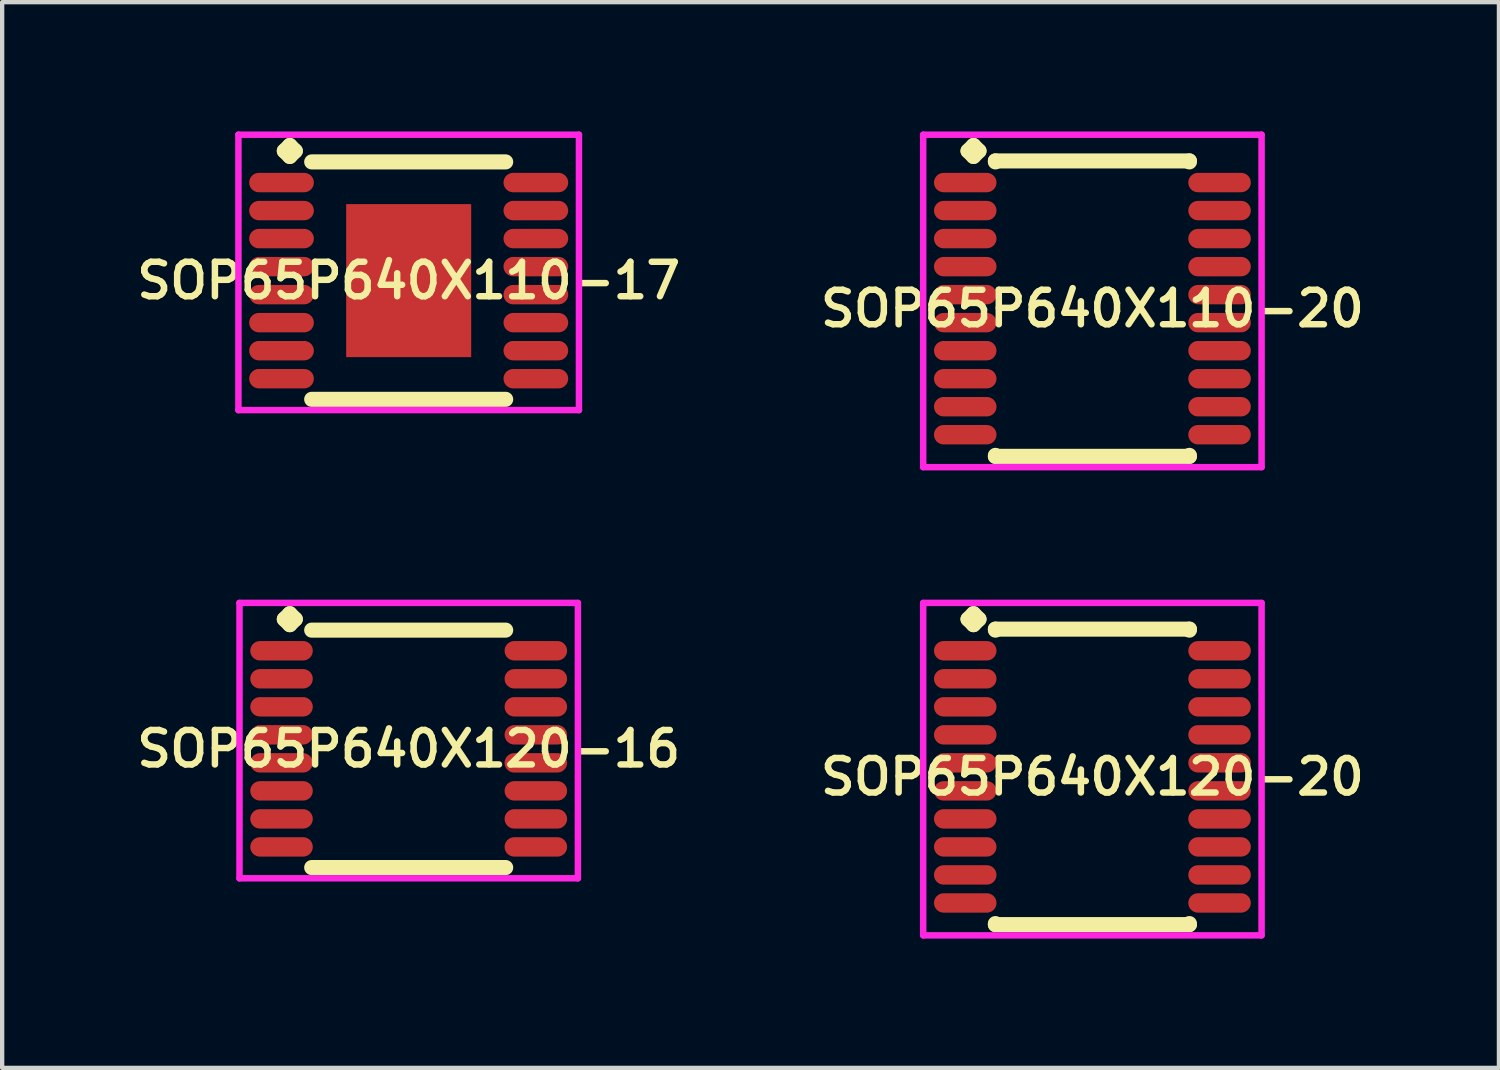
<source format=kicad_pcb>
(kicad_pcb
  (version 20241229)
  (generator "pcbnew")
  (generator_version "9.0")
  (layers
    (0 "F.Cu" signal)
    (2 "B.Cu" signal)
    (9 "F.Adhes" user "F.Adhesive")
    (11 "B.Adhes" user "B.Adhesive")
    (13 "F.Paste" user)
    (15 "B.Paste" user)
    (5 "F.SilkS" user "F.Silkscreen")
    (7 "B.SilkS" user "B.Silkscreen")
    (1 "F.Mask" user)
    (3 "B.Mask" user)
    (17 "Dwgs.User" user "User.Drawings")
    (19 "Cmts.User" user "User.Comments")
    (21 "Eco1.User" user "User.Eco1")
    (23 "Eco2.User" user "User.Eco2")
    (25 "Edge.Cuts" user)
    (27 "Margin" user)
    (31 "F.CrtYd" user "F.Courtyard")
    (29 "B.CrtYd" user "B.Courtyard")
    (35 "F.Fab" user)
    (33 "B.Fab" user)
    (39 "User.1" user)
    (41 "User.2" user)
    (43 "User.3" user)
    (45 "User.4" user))
  (footprint "SOP65P640X120-20"
    (layer "F.Cu")
    (at 22.292 14.972)
    (property "Reference" "SOP65P640X120-20" (at 0 0 0) (layer "F.SilkS") (effects (font (size 0.8 0.8) (thickness 0.15))))
    (attr smd)
    (fp_line (start -2.885 -3.658) (end -2.758 -3.785) (stroke (width 0.35) (type solid)) (layer "F.SilkS"))
    (fp_line (start -2.758 -3.785) (end -2.631 -3.658) (stroke (width 0.35) (type solid)) (layer "F.SilkS"))
    (fp_line (start -2.758 -3.531) (end -2.885 -3.658) (stroke (width 0.35) (type solid)) (layer "F.SilkS"))
    (fp_line (start -2.631 -3.658) (end -2.758 -3.531) (stroke (width 0.35) (type solid)) (layer "F.SilkS"))
    (fp_line (start -2.25 -3.427) (end 2.25 -3.427) (stroke (width 0.35) (type solid)) (layer "F.SilkS"))
    (fp_line (start -2.25 -3.404) (end -2.25 -3.427) (stroke (width 0.35) (type solid)) (layer "F.SilkS"))
    (fp_line (start -2.25 3.404) (end -2.25 3.427) (stroke (width 0.35) (type solid)) (layer "F.SilkS"))
    (fp_line (start -2.25 3.427) (end 2.25 3.427) (stroke (width 0.35) (type solid)) (layer "F.SilkS"))
    (fp_line (start 2.25 -3.427) (end 2.25 -3.404) (stroke (width 0.35) (type solid)) (layer "F.SilkS"))
    (fp_line (start 2.25 3.427) (end 2.25 3.404) (stroke (width 0.35) (type solid)) (layer "F.SilkS"))
    (fp_line (start -3.925 -4.035) (end 3.925 -4.035) (stroke (width 0.15) (type solid)) (layer "F.CrtYd"))
    (fp_line (start -3.925 3.677) (end -3.925 -4.035) (stroke (width 0.15) (type solid)) (layer "F.CrtYd"))
    (fp_line (start 3.925 -4.035) (end 3.925 3.677) (stroke (width 0.15) (type solid)) (layer "F.CrtYd"))
    (fp_line (start 3.925 3.677) (end -3.925 3.677) (stroke (width 0.15) (type solid)) (layer "F.CrtYd"))
    (pad "1" smd oval (at -2.95 -2.925) (size 1.45 0.45) (layers "F.Cu" "F.Mask" "F.Paste"))
    (pad "2" smd oval (at -2.95 -2.275) (size 1.45 0.45) (layers "F.Cu" "F.Mask" "F.Paste"))
    (pad "3" smd oval (at -2.95 -1.625) (size 1.45 0.45) (layers "F.Cu" "F.Mask" "F.Paste"))
    (pad "4" smd oval (at -2.95 -0.975) (size 1.45 0.45) (layers "F.Cu" "F.Mask" "F.Paste"))
    (pad "5" smd oval (at -2.95 -0.325) (size 1.45 0.45) (layers "F.Cu" "F.Mask" "F.Paste"))
    (pad "6" smd oval (at -2.95 0.325) (size 1.45 0.45) (layers "F.Cu" "F.Mask" "F.Paste"))
    (pad "7" smd oval (at -2.95 0.975) (size 1.45 0.45) (layers "F.Cu" "F.Mask" "F.Paste"))
    (pad "8" smd oval (at -2.95 1.625) (size 1.45 0.45) (layers "F.Cu" "F.Mask" "F.Paste"))
    (pad "9" smd oval (at -2.95 2.275) (size 1.45 0.45) (layers "F.Cu" "F.Mask" "F.Paste"))
    (pad "10" smd oval (at -2.95 2.925) (size 1.45 0.45) (layers "F.Cu" "F.Mask" "F.Paste"))
    (pad "11" smd oval (at 2.95 2.925) (size 1.45 0.45) (layers "F.Cu" "F.Mask" "F.Paste"))
    (pad "12" smd oval (at 2.95 2.275) (size 1.45 0.45) (layers "F.Cu" "F.Mask" "F.Paste"))
    (pad "13" smd oval (at 2.95 1.625) (size 1.45 0.45) (layers "F.Cu" "F.Mask" "F.Paste"))
    (pad "14" smd oval (at 2.95 0.975) (size 1.45 0.45) (layers "F.Cu" "F.Mask" "F.Paste"))
    (pad "15" smd oval (at 2.95 0.325) (size 1.45 0.45) (layers "F.Cu" "F.Mask" "F.Paste"))
    (pad "16" smd oval (at 2.95 -0.325) (size 1.45 0.45) (layers "F.Cu" "F.Mask" "F.Paste"))
    (pad "17" smd oval (at 2.95 -0.975) (size 1.45 0.45) (layers "F.Cu" "F.Mask" "F.Paste"))
    (pad "18" smd oval (at 2.95 -1.625) (size 1.45 0.45) (layers "F.Cu" "F.Mask" "F.Paste"))
    (pad "19" smd oval (at 2.95 -2.275) (size 1.45 0.45) (layers "F.Cu" "F.Mask" "F.Paste"))
    (pad "20" smd oval (at 2.95 -2.925) (size 1.45 0.45) (layers "F.Cu" "F.Mask" "F.Paste")))
  (footprint "SOP65P640X110-17"
    (layer "F.Cu")
    (at 6.431 3.46)
    (property "Reference" "SOP65P640X110-17" (at 0 0 0) (layer "F.SilkS") (effects (font (size 0.8 0.8) (thickness 0.15))))
    (attr smd)
    (fp_line (start -2.885 -3.008) (end -2.758 -3.135) (stroke (width 0.35) (type solid)) (layer "F.SilkS"))
    (fp_line (start -2.758 -3.135) (end -2.631 -3.008) (stroke (width 0.35) (type solid)) (layer "F.SilkS"))
    (fp_line (start -2.758 -2.881) (end -2.885 -3.008) (stroke (width 0.35) (type solid)) (layer "F.SilkS"))
    (fp_line (start -2.631 -3.008) (end -2.758 -2.881) (stroke (width 0.35) (type solid)) (layer "F.SilkS"))
    (fp_line (start -2.25 -2.754) (end 2.25 -2.754) (stroke (width 0.35) (type solid)) (layer "F.SilkS"))
    (fp_line (start -2.25 2.754) (end 2.25 2.754) (stroke (width 0.35) (type solid)) (layer "F.SilkS"))
    (fp_line (start -3.95 -3.385) (end 3.95 -3.385) (stroke (width 0.15) (type solid)) (layer "F.CrtYd"))
    (fp_line (start -3.95 3.004) (end -3.95 -3.385) (stroke (width 0.15) (type solid)) (layer "F.CrtYd"))
    (fp_line (start 3.95 -3.385) (end 3.95 3.004) (stroke (width 0.15) (type solid)) (layer "F.CrtYd"))
    (fp_line (start 3.95 3.004) (end -3.95 3.004) (stroke (width 0.15) (type solid)) (layer "F.CrtYd"))
    (pad "1" smd oval (at -2.95 -2.275) (size 1.5 0.45) (layers "F.Cu" "F.Mask" "F.Paste"))
    (pad "2" smd oval (at -2.95 -1.625) (size 1.5 0.45) (layers "F.Cu" "F.Mask" "F.Paste"))
    (pad "3" smd oval (at -2.95 -0.975) (size 1.5 0.45) (layers "F.Cu" "F.Mask" "F.Paste"))
    (pad "4" smd oval (at -2.95 -0.325) (size 1.5 0.45) (layers "F.Cu" "F.Mask" "F.Paste"))
    (pad "5" smd oval (at -2.95 0.325) (size 1.5 0.45) (layers "F.Cu" "F.Mask" "F.Paste"))
    (pad "6" smd oval (at -2.95 0.975) (size 1.5 0.45) (layers "F.Cu" "F.Mask" "F.Paste"))
    (pad "7" smd oval (at -2.95 1.625) (size 1.5 0.45) (layers "F.Cu" "F.Mask" "F.Paste"))
    (pad "8" smd oval (at -2.95 2.275) (size 1.5 0.45) (layers "F.Cu" "F.Mask" "F.Paste"))
    (pad "9" smd oval (at 2.95 2.275) (size 1.5 0.45) (layers "F.Cu" "F.Mask" "F.Paste"))
    (pad "10" smd oval (at 2.95 1.625) (size 1.5 0.45) (layers "F.Cu" "F.Mask" "F.Paste"))
    (pad "11" smd oval (at 2.95 0.975) (size 1.5 0.45) (layers "F.Cu" "F.Mask" "F.Paste"))
    (pad "12" smd oval (at 2.95 0.325) (size 1.5 0.45) (layers "F.Cu" "F.Mask" "F.Paste"))
    (pad "13" smd oval (at 2.95 -0.325) (size 1.5 0.45) (layers "F.Cu" "F.Mask" "F.Paste"))
    (pad "14" smd oval (at 2.95 -0.975) (size 1.5 0.45) (layers "F.Cu" "F.Mask" "F.Paste"))
    (pad "15" smd oval (at 2.95 -1.625) (size 1.5 0.45) (layers "F.Cu" "F.Mask" "F.Paste"))
    (pad "16" smd oval (at 2.95 -2.275) (size 1.5 0.45) (layers "F.Cu" "F.Mask" "F.Paste"))
    (pad "17" smd rect (at 0 0) (size 2.9 3.55) (layers "F.Cu" "F.Mask" "F.Paste")))
  (footprint "SOP65P640X110-20"
    (layer "F.Cu")
    (at 22.292 4.11)
    (property "Reference" "SOP65P640X110-20" (at 0 0 0) (layer "F.SilkS") (effects (font (size 0.8 0.8) (thickness 0.15))))
    (attr smd)
    (fp_line (start -2.885 -3.658) (end -2.758 -3.785) (stroke (width 0.35) (type solid)) (layer "F.SilkS"))
    (fp_line (start -2.758 -3.785) (end -2.631 -3.658) (stroke (width 0.35) (type solid)) (layer "F.SilkS"))
    (fp_line (start -2.758 -3.531) (end -2.885 -3.658) (stroke (width 0.35) (type solid)) (layer "F.SilkS"))
    (fp_line (start -2.631 -3.658) (end -2.758 -3.531) (stroke (width 0.35) (type solid)) (layer "F.SilkS"))
    (fp_line (start -2.25 -3.427) (end 2.25 -3.427) (stroke (width 0.35) (type solid)) (layer "F.SilkS"))
    (fp_line (start -2.25 -3.404) (end -2.25 -3.427) (stroke (width 0.35) (type solid)) (layer "F.SilkS"))
    (fp_line (start -2.25 3.404) (end -2.25 3.427) (stroke (width 0.35) (type solid)) (layer "F.SilkS"))
    (fp_line (start -2.25 3.427) (end 2.25 3.427) (stroke (width 0.35) (type solid)) (layer "F.SilkS"))
    (fp_line (start 2.25 -3.427) (end 2.25 -3.404) (stroke (width 0.35) (type solid)) (layer "F.SilkS"))
    (fp_line (start 2.25 3.427) (end 2.25 3.404) (stroke (width 0.35) (type solid)) (layer "F.SilkS"))
    (fp_line (start -3.925 -4.035) (end 3.925 -4.035) (stroke (width 0.15) (type solid)) (layer "F.CrtYd"))
    (fp_line (start -3.925 3.677) (end -3.925 -4.035) (stroke (width 0.15) (type solid)) (layer "F.CrtYd"))
    (fp_line (start 3.925 -4.035) (end 3.925 3.677) (stroke (width 0.15) (type solid)) (layer "F.CrtYd"))
    (fp_line (start 3.925 3.677) (end -3.925 3.677) (stroke (width 0.15) (type solid)) (layer "F.CrtYd"))
    (pad "1" smd oval (at -2.95 -2.925) (size 1.45 0.45) (layers "F.Cu" "F.Mask" "F.Paste"))
    (pad "2" smd oval (at -2.95 -2.275) (size 1.45 0.45) (layers "F.Cu" "F.Mask" "F.Paste"))
    (pad "3" smd oval (at -2.95 -1.625) (size 1.45 0.45) (layers "F.Cu" "F.Mask" "F.Paste"))
    (pad "4" smd oval (at -2.95 -0.975) (size 1.45 0.45) (layers "F.Cu" "F.Mask" "F.Paste"))
    (pad "5" smd oval (at -2.95 -0.325) (size 1.45 0.45) (layers "F.Cu" "F.Mask" "F.Paste"))
    (pad "6" smd oval (at -2.95 0.325) (size 1.45 0.45) (layers "F.Cu" "F.Mask" "F.Paste"))
    (pad "7" smd oval (at -2.95 0.975) (size 1.45 0.45) (layers "F.Cu" "F.Mask" "F.Paste"))
    (pad "8" smd oval (at -2.95 1.625) (size 1.45 0.45) (layers "F.Cu" "F.Mask" "F.Paste"))
    (pad "9" smd oval (at -2.95 2.275) (size 1.45 0.45) (layers "F.Cu" "F.Mask" "F.Paste"))
    (pad "10" smd oval (at -2.95 2.925) (size 1.45 0.45) (layers "F.Cu" "F.Mask" "F.Paste"))
    (pad "11" smd oval (at 2.95 2.925) (size 1.45 0.45) (layers "F.Cu" "F.Mask" "F.Paste"))
    (pad "12" smd oval (at 2.95 2.275) (size 1.45 0.45) (layers "F.Cu" "F.Mask" "F.Paste"))
    (pad "13" smd oval (at 2.95 1.625) (size 1.45 0.45) (layers "F.Cu" "F.Mask" "F.Paste"))
    (pad "14" smd oval (at 2.95 0.975) (size 1.45 0.45) (layers "F.Cu" "F.Mask" "F.Paste"))
    (pad "15" smd oval (at 2.95 0.325) (size 1.45 0.45) (layers "F.Cu" "F.Mask" "F.Paste"))
    (pad "16" smd oval (at 2.95 -0.325) (size 1.45 0.45) (layers "F.Cu" "F.Mask" "F.Paste"))
    (pad "17" smd oval (at 2.95 -0.975) (size 1.45 0.45) (layers "F.Cu" "F.Mask" "F.Paste"))
    (pad "18" smd oval (at 2.95 -1.625) (size 1.45 0.45) (layers "F.Cu" "F.Mask" "F.Paste"))
    (pad "19" smd oval (at 2.95 -2.275) (size 1.45 0.45) (layers "F.Cu" "F.Mask" "F.Paste"))
    (pad "20" smd oval (at 2.95 -2.925) (size 1.45 0.45) (layers "F.Cu" "F.Mask" "F.Paste")))
  (footprint "SOP65P640X120-16"
    (layer "F.Cu")
    (at 6.431 14.322)
    (property "Reference" "SOP65P640X120-16" (at 0 0 0) (layer "F.SilkS") (effects (font (size 0.8 0.8) (thickness 0.15))))
    (attr smd)
    (fp_line (start -2.885 -3.008) (end -2.758 -3.135) (stroke (width 0.35) (type solid)) (layer "F.SilkS"))
    (fp_line (start -2.758 -3.135) (end -2.631 -3.008) (stroke (width 0.35) (type solid)) (layer "F.SilkS"))
    (fp_line (start -2.758 -2.881) (end -2.885 -3.008) (stroke (width 0.35) (type solid)) (layer "F.SilkS"))
    (fp_line (start -2.631 -3.008) (end -2.758 -2.881) (stroke (width 0.35) (type solid)) (layer "F.SilkS"))
    (fp_line (start -2.25 -2.754) (end 2.25 -2.754) (stroke (width 0.35) (type solid)) (layer "F.SilkS"))
    (fp_line (start -2.25 2.754) (end 2.25 2.754) (stroke (width 0.35) (type solid)) (layer "F.SilkS"))
    (fp_line (start -3.925 -3.385) (end 3.925 -3.385) (stroke (width 0.15) (type solid)) (layer "F.CrtYd"))
    (fp_line (start -3.925 3.004) (end -3.925 -3.385) (stroke (width 0.15) (type solid)) (layer "F.CrtYd"))
    (fp_line (start 3.925 -3.385) (end 3.925 3.004) (stroke (width 0.15) (type solid)) (layer "F.CrtYd"))
    (fp_line (start 3.925 3.004) (end -3.925 3.004) (stroke (width 0.15) (type solid)) (layer "F.CrtYd"))
    (pad "1" smd oval (at -2.95 -2.275) (size 1.45 0.45) (layers "F.Cu" "F.Mask" "F.Paste"))
    (pad "2" smd oval (at -2.95 -1.625) (size 1.45 0.45) (layers "F.Cu" "F.Mask" "F.Paste"))
    (pad "3" smd oval (at -2.95 -0.975) (size 1.45 0.45) (layers "F.Cu" "F.Mask" "F.Paste"))
    (pad "4" smd oval (at -2.95 -0.325) (size 1.45 0.45) (layers "F.Cu" "F.Mask" "F.Paste"))
    (pad "5" smd oval (at -2.95 0.325) (size 1.45 0.45) (layers "F.Cu" "F.Mask" "F.Paste"))
    (pad "6" smd oval (at -2.95 0.975) (size 1.45 0.45) (layers "F.Cu" "F.Mask" "F.Paste"))
    (pad "7" smd oval (at -2.95 1.625) (size 1.45 0.45) (layers "F.Cu" "F.Mask" "F.Paste"))
    (pad "8" smd oval (at -2.95 2.275) (size 1.45 0.45) (layers "F.Cu" "F.Mask" "F.Paste"))
    (pad "9" smd oval (at 2.95 2.275) (size 1.45 0.45) (layers "F.Cu" "F.Mask" "F.Paste"))
    (pad "10" smd oval (at 2.95 1.625) (size 1.45 0.45) (layers "F.Cu" "F.Mask" "F.Paste"))
    (pad "11" smd oval (at 2.95 0.975) (size 1.45 0.45) (layers "F.Cu" "F.Mask" "F.Paste"))
    (pad "12" smd oval (at 2.95 0.325) (size 1.45 0.45) (layers "F.Cu" "F.Mask" "F.Paste"))
    (pad "13" smd oval (at 2.95 -0.325) (size 1.45 0.45) (layers "F.Cu" "F.Mask" "F.Paste"))
    (pad "14" smd oval (at 2.95 -0.975) (size 1.45 0.45) (layers "F.Cu" "F.Mask" "F.Paste"))
    (pad "15" smd oval (at 2.95 -1.625) (size 1.45 0.45) (layers "F.Cu" "F.Mask" "F.Paste"))
    (pad "16" smd oval (at 2.95 -2.275) (size 1.45 0.45) (layers "F.Cu" "F.Mask" "F.Paste")))
  (gr_rect
    (start -3 -3)
    (end 31.723 21.724)
    (stroke (width 0.1) (type default))
    (fill no)
    (layer "Edge.Cuts")))
</source>
